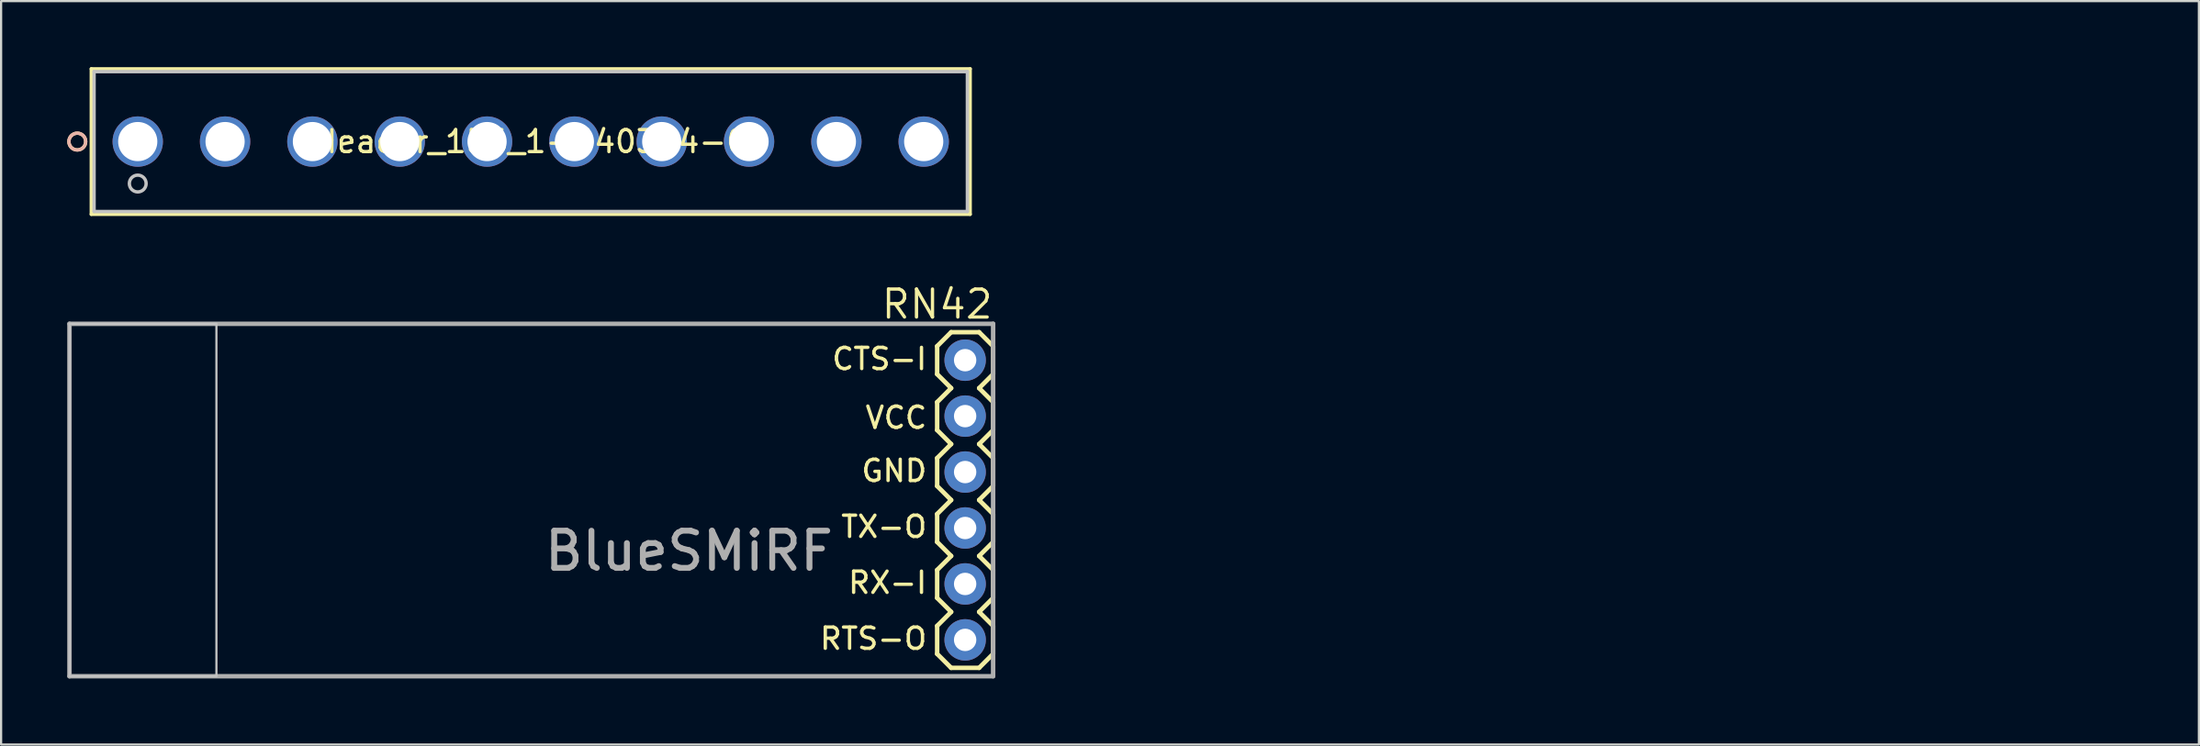
<source format=kicad_pcb>
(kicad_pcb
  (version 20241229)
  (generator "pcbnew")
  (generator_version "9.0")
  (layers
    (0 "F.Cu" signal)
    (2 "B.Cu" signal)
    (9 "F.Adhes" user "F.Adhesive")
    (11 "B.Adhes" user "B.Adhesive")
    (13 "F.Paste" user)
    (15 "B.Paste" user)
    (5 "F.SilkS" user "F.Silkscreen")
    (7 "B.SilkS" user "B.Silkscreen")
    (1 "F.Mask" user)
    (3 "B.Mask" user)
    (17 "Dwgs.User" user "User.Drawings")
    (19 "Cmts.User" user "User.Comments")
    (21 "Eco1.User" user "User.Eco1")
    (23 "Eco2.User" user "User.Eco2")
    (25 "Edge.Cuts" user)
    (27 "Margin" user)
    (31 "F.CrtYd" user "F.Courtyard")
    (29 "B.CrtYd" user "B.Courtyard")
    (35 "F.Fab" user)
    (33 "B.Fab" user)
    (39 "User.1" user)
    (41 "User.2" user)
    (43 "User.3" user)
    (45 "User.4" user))
  (footprint "RN42"
    (layer "F.Cu")
    (at 40.742 19.653)
    (property "Reference" "RN42" (at -1.27 -8.89 0) (layer "F.SilkS") (effects (font (size 1.27 1.27) (thickness 0.15))))
    (attr through_hole)
    (fp_line (start -1.27 -6.985) (end -0.635 -7.62) (stroke (width 0.203) (type solid)) (layer "F.SilkS"))
    (fp_line (start -1.27 -5.715) (end -1.27 -6.985) (stroke (width 0.203) (type solid)) (layer "F.SilkS"))
    (fp_line (start -1.27 -4.445) (end -0.635 -5.08) (stroke (width 0.203) (type solid)) (layer "F.SilkS"))
    (fp_line (start -1.27 -3.175) (end -1.27 -4.445) (stroke (width 0.203) (type solid)) (layer "F.SilkS"))
    (fp_line (start -1.27 -1.905) (end -0.635 -2.54) (stroke (width 0.203) (type solid)) (layer "F.SilkS"))
    (fp_line (start -1.27 -0.635) (end -1.27 -1.905) (stroke (width 0.203) (type solid)) (layer "F.SilkS"))
    (fp_line (start -1.27 -0.635) (end -0.635 0) (stroke (width 0.203) (type solid)) (layer "F.SilkS"))
    (fp_line (start -1.27 0.635) (end -0.635 0) (stroke (width 0.203) (type solid)) (layer "F.SilkS"))
    (fp_line (start -1.27 1.905) (end -1.27 0.635) (stroke (width 0.203) (type solid)) (layer "F.SilkS"))
    (fp_line (start -1.27 3.175) (end -0.635 2.54) (stroke (width 0.203) (type solid)) (layer "F.SilkS"))
    (fp_line (start -1.27 4.445) (end -1.27 3.175) (stroke (width 0.203) (type solid)) (layer "F.SilkS"))
    (fp_line (start -1.27 5.715) (end -0.635 5.08) (stroke (width 0.203) (type solid)) (layer "F.SilkS"))
    (fp_line (start -1.27 6.985) (end -1.27 5.715) (stroke (width 0.203) (type solid)) (layer "F.SilkS"))
    (fp_line (start -1.27 6.985) (end -0.635 7.62) (stroke (width 0.203) (type solid)) (layer "F.SilkS"))
    (fp_line (start -0.635 -7.62) (end 0.635 -7.62) (stroke (width 0.203) (type solid)) (layer "F.SilkS"))
    (fp_line (start -0.635 -5.08) (end -1.27 -5.715) (stroke (width 0.203) (type solid)) (layer "F.SilkS"))
    (fp_line (start -0.635 -2.54) (end -1.27 -3.175) (stroke (width 0.203) (type solid)) (layer "F.SilkS"))
    (fp_line (start -0.635 2.54) (end -1.27 1.905) (stroke (width 0.203) (type solid)) (layer "F.SilkS"))
    (fp_line (start -0.635 5.08) (end -1.27 4.445) (stroke (width 0.203) (type solid)) (layer "F.SilkS"))
    (fp_line (start -0.635 7.62) (end 0.635 7.62) (stroke (width 0.203) (type solid)) (layer "F.SilkS"))
    (fp_line (start 0.635 -7.62) (end 1.27 -6.985) (stroke (width 0.203) (type solid)) (layer "F.SilkS"))
    (fp_line (start 0.635 -5.08) (end 1.27 -4.445) (stroke (width 0.203) (type solid)) (layer "F.SilkS"))
    (fp_line (start 0.635 -2.54) (end 1.27 -1.905) (stroke (width 0.203) (type solid)) (layer "F.SilkS"))
    (fp_line (start 0.635 0) (end 1.27 -0.635) (stroke (width 0.203) (type solid)) (layer "F.SilkS"))
    (fp_line (start 0.635 0) (end 1.27 0.635) (stroke (width 0.203) (type solid)) (layer "F.SilkS"))
    (fp_line (start 0.635 2.54) (end 1.27 3.175) (stroke (width 0.203) (type solid)) (layer "F.SilkS"))
    (fp_line (start 0.635 5.08) (end 1.27 5.715) (stroke (width 0.203) (type solid)) (layer "F.SilkS"))
    (fp_line (start 0.635 7.62) (end 1.27 6.985) (stroke (width 0.203) (type solid)) (layer "F.SilkS"))
    (fp_line (start 1.27 -6.985) (end 1.27 -5.715) (stroke (width 0.203) (type solid)) (layer "F.SilkS"))
    (fp_line (start 1.27 -5.715) (end 0.635 -5.08) (stroke (width 0.203) (type solid)) (layer "F.SilkS"))
    (fp_line (start 1.27 -4.445) (end 1.27 -3.175) (stroke (width 0.203) (type solid)) (layer "F.SilkS"))
    (fp_line (start 1.27 -3.175) (end 0.635 -2.54) (stroke (width 0.203) (type solid)) (layer "F.SilkS"))
    (fp_line (start 1.27 -1.905) (end 1.27 -0.635) (stroke (width 0.203) (type solid)) (layer "F.SilkS"))
    (fp_line (start 1.27 0.635) (end 1.27 1.905) (stroke (width 0.203) (type solid)) (layer "F.SilkS"))
    (fp_line (start 1.27 1.905) (end 0.635 2.54) (stroke (width 0.203) (type solid)) (layer "F.SilkS"))
    (fp_line (start 1.27 3.175) (end 1.27 4.445) (stroke (width 0.203) (type solid)) (layer "F.SilkS"))
    (fp_line (start 1.27 4.445) (end 0.635 5.08) (stroke (width 0.203) (type solid)) (layer "F.SilkS"))
    (fp_line (start 1.27 5.715) (end 1.27 6.985) (stroke (width 0.203) (type solid)) (layer "F.SilkS"))
    (fp_poly (pts (xy -40.64 8.001) (xy -33.972 8.001) (xy -33.972 -8.001) (xy -40.64 -8.001)) (stroke (width 0.1) (type solid)) (fill no) (layer "Dwgs.User"))
    (fp_line (start -40.64 -8.001) (end -40.64 8.001) (stroke (width 0.203) (type solid)) (layer "F.Fab"))
    (fp_line (start -40.64 8.001) (end 1.27 8.001) (stroke (width 0.203) (type solid)) (layer "F.Fab"))
    (fp_line (start 1.27 -8.001) (end -40.64 -8.001) (stroke (width 0.203) (type solid)) (layer "F.Fab"))
    (fp_line (start 1.27 8.001) (end 1.27 -8.001) (stroke (width 0.203) (type solid)) (layer "F.Fab"))
    (fp_poly (pts (xy -0.254 -6.096) (xy 0.254 -6.096) (xy 0.254 -6.604) (xy -0.254 -6.604)) (stroke (width 0.1) (type solid)) (fill no) (layer "F.Fab"))
    (fp_poly (pts (xy -0.254 -3.556) (xy 0.254 -3.556) (xy 0.254 -4.064) (xy -0.254 -4.064)) (stroke (width 0.1) (type solid)) (fill no) (layer "F.Fab"))
    (fp_poly (pts (xy -0.254 -1.016) (xy 0.254 -1.016) (xy 0.254 -1.524) (xy -0.254 -1.524)) (stroke (width 0.1) (type solid)) (fill no) (layer "F.Fab"))
    (fp_poly (pts (xy -0.254 1.524) (xy 0.254 1.524) (xy 0.254 1.016) (xy -0.254 1.016)) (stroke (width 0.1) (type solid)) (fill no) (layer "F.Fab"))
    (fp_poly (pts (xy -0.254 4.064) (xy 0.254 4.064) (xy 0.254 3.556) (xy -0.254 3.556)) (stroke (width 0.1) (type solid)) (fill no) (layer "F.Fab"))
    (fp_poly (pts (xy -0.254 6.604) (xy 0.254 6.604) (xy 0.254 6.096) (xy -0.254 6.096)) (stroke (width 0.1) (type solid)) (fill no) (layer "F.Fab"))
    (fp_text user "GND" (at -1.651 -0.762 0) (layer "F.SilkS") (effects (font (size 0.965 0.965) (thickness 0.152)) (justify right bottom)))
    (fp_text user "TX-O" (at -1.651 1.778 0) (layer "F.SilkS") (effects (font (size 0.965 0.965) (thickness 0.152)) (justify right bottom)))
    (fp_text user "VCC" (at -1.651 -3.175 0) (layer "F.SilkS") (effects (font (size 0.965 0.965) (thickness 0.152)) (justify right bottom)))
    (fp_text user "CTS-I" (at -1.651 -5.842 0) (layer "F.SilkS") (effects (font (size 0.965 0.965) (thickness 0.152)) (justify right bottom)))
    (fp_text user "RX-I" (at -1.651 4.318 0) (layer "F.SilkS") (effects (font (size 0.965 0.965) (thickness 0.152)) (justify right bottom)))
    (fp_text user "RTS-O" (at -1.651 6.858 0) (layer "F.SilkS") (effects (font (size 0.965 0.965) (thickness 0.152)) (justify right bottom)))
    (fp_text user "BlueSMiRF" (at -5.842 3.302 0) (layer "F.Fab") (effects (font (size 1.689 1.689) (thickness 0.267)) (justify right bottom)))
    (pad "CTS-I" thru_hole circle (at 0 -6.35 180) (size 1.88 1.88) (drill 1.016) (layers "*.Cu" "*.Mask"))
    (pad "GND" thru_hole circle (at 0 -1.27 180) (size 1.88 1.88) (drill 1.016) (layers "*.Cu" "*.Mask"))
    (pad "RTS-0" thru_hole circle (at 0 6.35 180) (size 1.88 1.88) (drill 1.016) (layers "*.Cu" "*.Mask"))
    (pad "RX-I" thru_hole circle (at 0 3.81 180) (size 1.88 1.88) (drill 1.016) (layers "*.Cu" "*.Mask"))
    (pad "TX-0" thru_hole circle (at 0 1.27 180) (size 1.88 1.88) (drill 1.016) (layers "*.Cu" "*.Mask"))
    (pad "VCC" thru_hole circle (at 0 -3.81 180) (size 1.88 1.88) (drill 1.016) (layers "*.Cu" "*.Mask")))
  (footprint "Header_156_1-640384-0"
    (layer "F.Cu")
    (at 93.472 3.378)
    (property "Reference" "Header_156_1-640384-0" (at -72.441 0 0) (layer "F.SilkS") (effects (font (size 1 1) (thickness 0.15))))
    (attr through_hole)
    (fp_line (start -92.38 -3.302) (end -92.38 3.302) (stroke (width 0.152) (type solid)) (layer "F.SilkS"))
    (fp_line (start -92.38 3.302) (end -52.502 3.302) (stroke (width 0.152) (type solid)) (layer "F.SilkS"))
    (fp_line (start -52.502 -3.302) (end -92.38 -3.302) (stroke (width 0.152) (type solid)) (layer "F.SilkS"))
    (fp_line (start -52.502 3.302) (end -52.502 -3.302) (stroke (width 0.152) (type solid)) (layer "F.SilkS"))
    (fp_circle (center -93.015 0) (end -92.634 0) (stroke (width 0.152) (type solid)) (fill no) (layer "F.SilkS"))
    (fp_circle (center -93.015 0) (end -92.634 0) (stroke (width 0.152) (type solid)) (fill no) (layer "B.SilkS"))
    (fp_line (start -92.253 -3.175) (end -92.253 3.175) (stroke (width 0.152) (type solid)) (layer "Dwgs.User"))
    (fp_line (start -92.253 3.175) (end -52.629 3.175) (stroke (width 0.152) (type solid)) (layer "Dwgs.User"))
    (fp_line (start -52.629 -3.175) (end -92.253 -3.175) (stroke (width 0.152) (type solid)) (layer "Dwgs.User"))
    (fp_line (start -52.629 3.175) (end -52.629 -3.175) (stroke (width 0.152) (type solid)) (layer "Dwgs.User"))
    (fp_circle (center -90.272 1.905) (end -89.891 1.905) (stroke (width 0.152) (type solid)) (fill no) (layer "Dwgs.User"))
    (fp_text user "Copyright 2016 Accelerated Designs. All rights reserved." (at -54.61 0 0) (layer "Cmts.User") (effects (font (size 0.127 0.127) (thickness 0.002))))
    (pad "1" thru_hole circle (at -90.272 0) (size 2.286 2.286) (drill 1.778) (layers "*.Cu" "*.Mask"))
    (pad "2" thru_hole circle (at -86.309 0) (size 2.286 2.286) (drill 1.778) (layers "*.Cu" "*.Mask"))
    (pad "3" thru_hole circle (at -82.347 0) (size 2.286 2.286) (drill 1.778) (layers "*.Cu" "*.Mask"))
    (pad "4" thru_hole circle (at -78.384 0) (size 2.286 2.286) (drill 1.778) (layers "*.Cu" "*.Mask"))
    (pad "5" thru_hole circle (at -74.422 0) (size 2.286 2.286) (drill 1.778) (layers "*.Cu" "*.Mask"))
    (pad "6" thru_hole circle (at -70.46 0) (size 2.286 2.286) (drill 1.778) (layers "*.Cu" "*.Mask"))
    (pad "7" thru_hole circle (at -66.497 0) (size 2.286 2.286) (drill 1.778) (layers "*.Cu" "*.Mask"))
    (pad "8" thru_hole circle (at -62.535 0) (size 2.286 2.286) (drill 1.778) (layers "*.Cu" "*.Mask"))
    (pad "9" thru_hole circle (at -58.572 0) (size 2.286 2.286) (drill 1.778) (layers "*.Cu" "*.Mask"))
    (pad "10" thru_hole circle (at -54.61 0) (size 2.286 2.286) (drill 1.778) (layers "*.Cu" "*.Mask")))
  (gr_rect
    (start -3 -3)
    (end 96.722 30.755)
    (stroke (width 0.1) (type default))
    (fill no)
    (layer "Edge.Cuts")))
</source>
